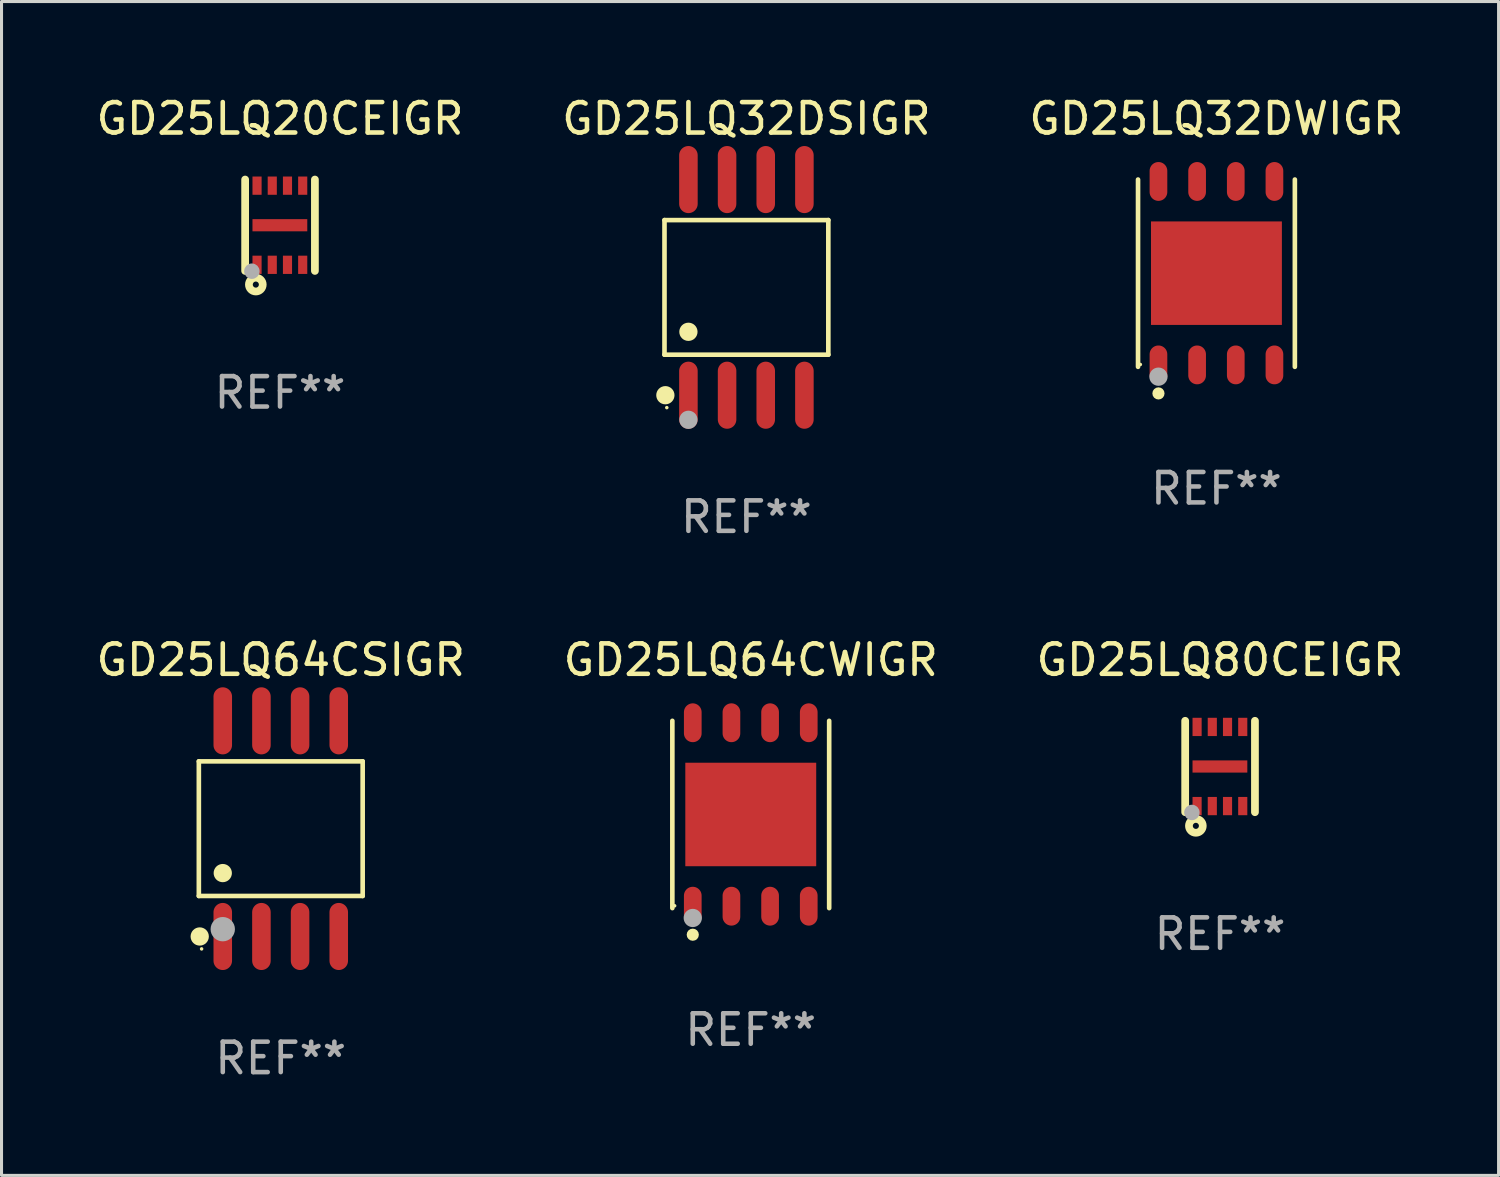
<source format=kicad_pcb>
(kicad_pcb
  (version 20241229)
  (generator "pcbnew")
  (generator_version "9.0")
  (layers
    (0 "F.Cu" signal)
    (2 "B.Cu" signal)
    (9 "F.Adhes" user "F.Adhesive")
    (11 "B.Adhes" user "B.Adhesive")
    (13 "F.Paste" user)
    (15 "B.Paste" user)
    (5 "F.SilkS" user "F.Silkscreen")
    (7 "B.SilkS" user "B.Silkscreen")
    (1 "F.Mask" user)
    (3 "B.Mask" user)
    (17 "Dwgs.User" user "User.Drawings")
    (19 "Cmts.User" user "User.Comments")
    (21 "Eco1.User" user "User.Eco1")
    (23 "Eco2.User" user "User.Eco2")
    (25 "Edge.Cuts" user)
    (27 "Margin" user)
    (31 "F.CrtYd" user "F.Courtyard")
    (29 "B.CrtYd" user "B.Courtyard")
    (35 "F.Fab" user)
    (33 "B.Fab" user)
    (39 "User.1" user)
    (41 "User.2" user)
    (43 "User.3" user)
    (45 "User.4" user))
  (footprint "GD25LQ20CEIGR"
    (layer "F.Cu")
    (at 6.149 4.349)
    (property "Reference" "GD25LQ20CEIGR" (at 0 -3.501 0) (layer "F.SilkS") (effects (font (size 1 1) (thickness 0.15))))
    (attr through_hole)
    (fp_line (start -1.146 -1.501) (end -1.146 1.501) (stroke (width 0.254) (type solid)) (layer "F.SilkS"))
    (fp_line (start 1.146 -1.501) (end 1.146 1.501) (stroke (width 0.254) (type solid)) (layer "F.SilkS"))
    (fp_circle (center -1.005 1.5) (end -0.975 1.5) (stroke (width 0.06) (type solid)) (fill no) (layer "F.SilkS"))
    (fp_circle (center -0.795 1.95) (end -0.695 1.95) (stroke (width 0.254) (type solid)) (fill no) (layer "F.SilkS"))
    (fp_circle (center -0.925 1.51) (end -0.798 1.51) (stroke (width 0.254) (type solid)) (fill no) (layer "F.Fab"))
    (fp_text user "REF**" (at 0 5.501 0) (layer "F.Fab") (effects (font (size 1 1) (thickness 0.15))))
    (pad "1" smd rect (at -0.755 1.3) (size 0.3 0.6) (layers "F.Cu" "F.Mask" "F.Paste"))
    (pad "2" smd rect (at -0.255 1.3) (size 0.3 0.6) (layers "F.Cu" "F.Mask" "F.Paste"))
    (pad "3" smd rect (at 0.245 1.3) (size 0.3 0.6) (layers "F.Cu" "F.Mask" "F.Paste"))
    (pad "4" smd rect (at 0.745 1.3) (size 0.3 0.6) (layers "F.Cu" "F.Mask" "F.Paste"))
    (pad "5" smd rect (at 0.745 -1.3) (size 0.3 0.6) (layers "F.Cu" "F.Mask" "F.Paste"))
    (pad "6" smd rect (at 0.245 -1.3) (size 0.3 0.6) (layers "F.Cu" "F.Mask" "F.Paste"))
    (pad "7" smd rect (at -0.255 -1.3) (size 0.3 0.6) (layers "F.Cu" "F.Mask" "F.Paste"))
    (pad "8" smd rect (at -0.755 -1.3) (size 0.3 0.6) (layers "F.Cu" "F.Mask" "F.Paste"))
    (pad "9" smd rect (at -0.005 0 90) (size 0.4 1.8) (layers "F.Cu" "F.Mask" "F.Paste")))
  (footprint "GD25LQ32DWIGR"
    (layer "F.Cu")
    (at 36.911 5.924)
    (property "Reference" "GD25LQ32DWIGR" (at 0 -5.076 0) (layer "F.SilkS") (effects (font (size 1 1) (thickness 0.15))))
    (attr through_hole)
    (fp_line (start -2.576 3.076) (end -2.576 -3.076) (stroke (width 0.152) (type solid)) (layer "F.SilkS"))
    (fp_line (start 2.576 -3.076) (end 2.576 3.076) (stroke (width 0.152) (type solid)) (layer "F.SilkS"))
    (fp_circle (center -2.5 3) (end -2.47 3) (stroke (width 0.06) (type solid)) (fill no) (layer "F.SilkS"))
    (fp_circle (center -1.905 3.95) (end -1.805 3.95) (stroke (width 0.2) (type solid)) (fill no) (layer "F.SilkS"))
    (fp_circle (center -1.905 3.4) (end -1.755 3.4) (stroke (width 0.3) (type solid)) (fill no) (layer "F.Fab"))
    (fp_text user "REF**" (at 0 7.076 0) (layer "F.Fab") (effects (font (size 1 1) (thickness 0.15))))
    (pad "1" smd oval (at -1.905 3.013) (size 0.581 1.276) (layers "F.Cu" "F.Mask" "F.Paste"))
    (pad "2" smd oval (at -0.635 3.013) (size 0.581 1.276) (layers "F.Cu" "F.Mask" "F.Paste"))
    (pad "3" smd oval (at 0.635 3.013) (size 0.581 1.276) (layers "F.Cu" "F.Mask" "F.Paste"))
    (pad "4" smd oval (at 1.905 3.013) (size 0.581 1.276) (layers "F.Cu" "F.Mask" "F.Paste"))
    (pad "5" smd oval (at 1.905 -3.013) (size 0.581 1.276) (layers "F.Cu" "F.Mask" "F.Paste"))
    (pad "6" smd oval (at 0.635 -3.013) (size 0.581 1.276) (layers "F.Cu" "F.Mask" "F.Paste"))
    (pad "7" smd oval (at -0.635 -3.013) (size 0.581 1.276) (layers "F.Cu" "F.Mask" "F.Paste"))
    (pad "8" smd oval (at -1.905 -3.013) (size 0.581 1.276) (layers "F.Cu" "F.Mask" "F.Paste"))
    (pad "9" smd rect (at 0 0) (size 4.3 3.4) (layers "F.Cu" "F.Mask" "F.Paste")))
  (footprint "GD25LQ80CEIGR"
    (layer "F.Cu")
    (at 37.03 22.13)
    (property "Reference" "GD25LQ80CEIGR" (at 0 -3.501 0) (layer "F.SilkS") (effects (font (size 1 1) (thickness 0.15))))
    (attr through_hole)
    (fp_line (start -1.146 -1.501) (end -1.146 1.501) (stroke (width 0.254) (type solid)) (layer "F.SilkS"))
    (fp_line (start 1.146 -1.501) (end 1.146 1.501) (stroke (width 0.254) (type solid)) (layer "F.SilkS"))
    (fp_circle (center -1.005 1.5) (end -0.975 1.5) (stroke (width 0.06) (type solid)) (fill no) (layer "F.SilkS"))
    (fp_circle (center -0.795 1.95) (end -0.695 1.95) (stroke (width 0.254) (type solid)) (fill no) (layer "F.SilkS"))
    (fp_circle (center -0.925 1.51) (end -0.798 1.51) (stroke (width 0.254) (type solid)) (fill no) (layer "F.Fab"))
    (fp_text user "REF**" (at 0 5.501 0) (layer "F.Fab") (effects (font (size 1 1) (thickness 0.15))))
    (pad "1" smd rect (at -0.755 1.3) (size 0.3 0.6) (layers "F.Cu" "F.Mask" "F.Paste"))
    (pad "2" smd rect (at -0.255 1.3) (size 0.3 0.6) (layers "F.Cu" "F.Mask" "F.Paste"))
    (pad "3" smd rect (at 0.245 1.3) (size 0.3 0.6) (layers "F.Cu" "F.Mask" "F.Paste"))
    (pad "4" smd rect (at 0.745 1.3) (size 0.3 0.6) (layers "F.Cu" "F.Mask" "F.Paste"))
    (pad "5" smd rect (at 0.745 -1.3) (size 0.3 0.6) (layers "F.Cu" "F.Mask" "F.Paste"))
    (pad "6" smd rect (at 0.245 -1.3) (size 0.3 0.6) (layers "F.Cu" "F.Mask" "F.Paste"))
    (pad "7" smd rect (at -0.255 -1.3) (size 0.3 0.6) (layers "F.Cu" "F.Mask" "F.Paste"))
    (pad "8" smd rect (at -0.755 -1.3) (size 0.3 0.6) (layers "F.Cu" "F.Mask" "F.Paste"))
    (pad "9" smd rect (at -0.005 0 90) (size 0.4 1.8) (layers "F.Cu" "F.Mask" "F.Paste")))
  (footprint "GD25LQ32DSIGR"
    (layer "F.Cu")
    (at 21.47 6.391)
    (property "Reference" "GD25LQ32DSIGR" (at 0 -5.542 0) (layer "F.SilkS") (effects (font (size 1 1) (thickness 0.15))))
    (attr through_hole)
    (fp_line (start -2.691 -2.211) (end 2.691 -2.211) (stroke (width 0.152) (type solid)) (layer "F.SilkS"))
    (fp_line (start -2.691 2.211) (end -2.691 -2.211) (stroke (width 0.152) (type solid)) (layer "F.SilkS"))
    (fp_line (start 2.691 -2.211) (end 2.691 2.211) (stroke (width 0.152) (type solid)) (layer "F.SilkS"))
    (fp_line (start 2.691 2.211) (end -2.691 2.211) (stroke (width 0.152) (type solid)) (layer "F.SilkS"))
    (fp_circle (center -2.662 3.542) (end -2.512 3.542) (stroke (width 0.3) (type solid)) (fill no) (layer "F.SilkS"))
    (fp_circle (center -2.615 3.95) (end -2.585 3.95) (stroke (width 0.06) (type solid)) (fill no) (layer "F.SilkS"))
    (fp_circle (center -1.905 1.459) (end -1.755 1.459) (stroke (width 0.3) (type solid)) (fill no) (layer "F.SilkS"))
    (fp_circle (center -1.905 4.35) (end -1.755 4.35) (stroke (width 0.3) (type solid)) (fill no) (layer "F.Fab"))
    (fp_text user "REF**" (at 0 7.542 0) (layer "F.Fab") (effects (font (size 1 1) (thickness 0.15))))
    (pad "1" smd oval (at -1.905 3.542) (size 0.609 2.204) (layers "F.Cu" "F.Mask" "F.Paste"))
    (pad "2" smd oval (at -0.635 3.542) (size 0.609 2.204) (layers "F.Cu" "F.Mask" "F.Paste"))
    (pad "3" smd oval (at 0.635 3.542) (size 0.609 2.204) (layers "F.Cu" "F.Mask" "F.Paste"))
    (pad "4" smd oval (at 1.905 3.542) (size 0.609 2.204) (layers "F.Cu" "F.Mask" "F.Paste"))
    (pad "5" smd oval (at 1.905 -3.542) (size 0.609 2.204) (layers "F.Cu" "F.Mask" "F.Paste"))
    (pad "6" smd oval (at 0.635 -3.542) (size 0.609 2.204) (layers "F.Cu" "F.Mask" "F.Paste"))
    (pad "7" smd oval (at -0.635 -3.542) (size 0.609 2.204) (layers "F.Cu" "F.Mask" "F.Paste"))
    (pad "8" smd oval (at -1.905 -3.542) (size 0.609 2.204) (layers "F.Cu" "F.Mask" "F.Paste")))
  (footprint "GD25LQ64CSIGR"
    (layer "F.Cu")
    (at 6.173 24.172)
    (property "Reference" "GD25LQ64CSIGR" (at 0 -5.542 0) (layer "F.SilkS") (effects (font (size 1 1) (thickness 0.15))))
    (attr through_hole)
    (fp_line (start -2.691 -2.211) (end 2.691 -2.211) (stroke (width 0.152) (type solid)) (layer "F.SilkS"))
    (fp_line (start -2.691 2.211) (end -2.691 -2.211) (stroke (width 0.152) (type solid)) (layer "F.SilkS"))
    (fp_line (start 2.691 -2.211) (end 2.691 2.211) (stroke (width 0.152) (type solid)) (layer "F.SilkS"))
    (fp_line (start 2.691 2.211) (end -2.691 2.211) (stroke (width 0.152) (type solid)) (layer "F.SilkS"))
    (fp_circle (center -2.662 3.542) (end -2.512 3.542) (stroke (width 0.3) (type solid)) (fill no) (layer "F.SilkS"))
    (fp_circle (center -2.6 3.95) (end -2.57 3.95) (stroke (width 0.06) (type solid)) (fill no) (layer "F.SilkS"))
    (fp_circle (center -1.905 1.459) (end -1.755 1.459) (stroke (width 0.3) (type solid)) (fill no) (layer "F.SilkS"))
    (fp_circle (center -1.905 3.302) (end -1.705 3.302) (stroke (width 0.4) (type solid)) (fill no) (layer "F.Fab"))
    (fp_text user "REF**" (at 0 7.542 0) (layer "F.Fab") (effects (font (size 1 1) (thickness 0.15))))
    (pad "1" smd oval (at -1.905 3.542) (size 0.609 2.204) (layers "F.Cu" "F.Mask" "F.Paste"))
    (pad "2" smd oval (at -0.635 3.542) (size 0.609 2.204) (layers "F.Cu" "F.Mask" "F.Paste"))
    (pad "3" smd oval (at 0.635 3.542) (size 0.609 2.204) (layers "F.Cu" "F.Mask" "F.Paste"))
    (pad "4" smd oval (at 1.905 3.542) (size 0.609 2.204) (layers "F.Cu" "F.Mask" "F.Paste"))
    (pad "5" smd oval (at 1.905 -3.542) (size 0.609 2.204) (layers "F.Cu" "F.Mask" "F.Paste"))
    (pad "6" smd oval (at 0.635 -3.542) (size 0.609 2.204) (layers "F.Cu" "F.Mask" "F.Paste"))
    (pad "7" smd oval (at -0.635 -3.542) (size 0.609 2.204) (layers "F.Cu" "F.Mask" "F.Paste"))
    (pad "8" smd oval (at -1.905 -3.542) (size 0.609 2.204) (layers "F.Cu" "F.Mask" "F.Paste")))
  (footprint "GD25LQ64CWIGR"
    (layer "F.Cu")
    (at 21.613 23.706)
    (property "Reference" "GD25LQ64CWIGR" (at 0 -5.076 0) (layer "F.SilkS") (effects (font (size 1 1) (thickness 0.15))))
    (attr through_hole)
    (fp_line (start -2.576 3.076) (end -2.576 -3.076) (stroke (width 0.152) (type solid)) (layer "F.SilkS"))
    (fp_line (start 2.576 -3.076) (end 2.576 3.076) (stroke (width 0.152) (type solid)) (layer "F.SilkS"))
    (fp_circle (center -2.5 3) (end -2.47 3) (stroke (width 0.06) (type solid)) (fill no) (layer "F.SilkS"))
    (fp_circle (center -1.905 3.95) (end -1.805 3.95) (stroke (width 0.2) (type solid)) (fill no) (layer "F.SilkS"))
    (fp_circle (center -1.905 3.4) (end -1.755 3.4) (stroke (width 0.3) (type solid)) (fill no) (layer "F.Fab"))
    (fp_text user "REF**" (at 0 7.076 0) (layer "F.Fab") (effects (font (size 1 1) (thickness 0.15))))
    (pad "1" smd oval (at -1.905 3.013) (size 0.581 1.276) (layers "F.Cu" "F.Mask" "F.Paste"))
    (pad "2" smd oval (at -0.635 3.013) (size 0.581 1.276) (layers "F.Cu" "F.Mask" "F.Paste"))
    (pad "3" smd oval (at 0.635 3.013) (size 0.581 1.276) (layers "F.Cu" "F.Mask" "F.Paste"))
    (pad "4" smd oval (at 1.905 3.013) (size 0.581 1.276) (layers "F.Cu" "F.Mask" "F.Paste"))
    (pad "5" smd oval (at 1.905 -3.013) (size 0.581 1.276) (layers "F.Cu" "F.Mask" "F.Paste"))
    (pad "6" smd oval (at 0.635 -3.013) (size 0.581 1.276) (layers "F.Cu" "F.Mask" "F.Paste"))
    (pad "7" smd oval (at -0.635 -3.013) (size 0.581 1.276) (layers "F.Cu" "F.Mask" "F.Paste"))
    (pad "8" smd oval (at -1.905 -3.013) (size 0.581 1.276) (layers "F.Cu" "F.Mask" "F.Paste"))
    (pad "9" smd rect (at 0 0) (size 4.3 3.4) (layers "F.Cu" "F.Mask" "F.Paste")))
  (gr_rect
    (start -3 -3)
    (end 46.179 35.562)
    (stroke (width 0.1) (type default))
    (fill no)
    (layer "Edge.Cuts")))
</source>
